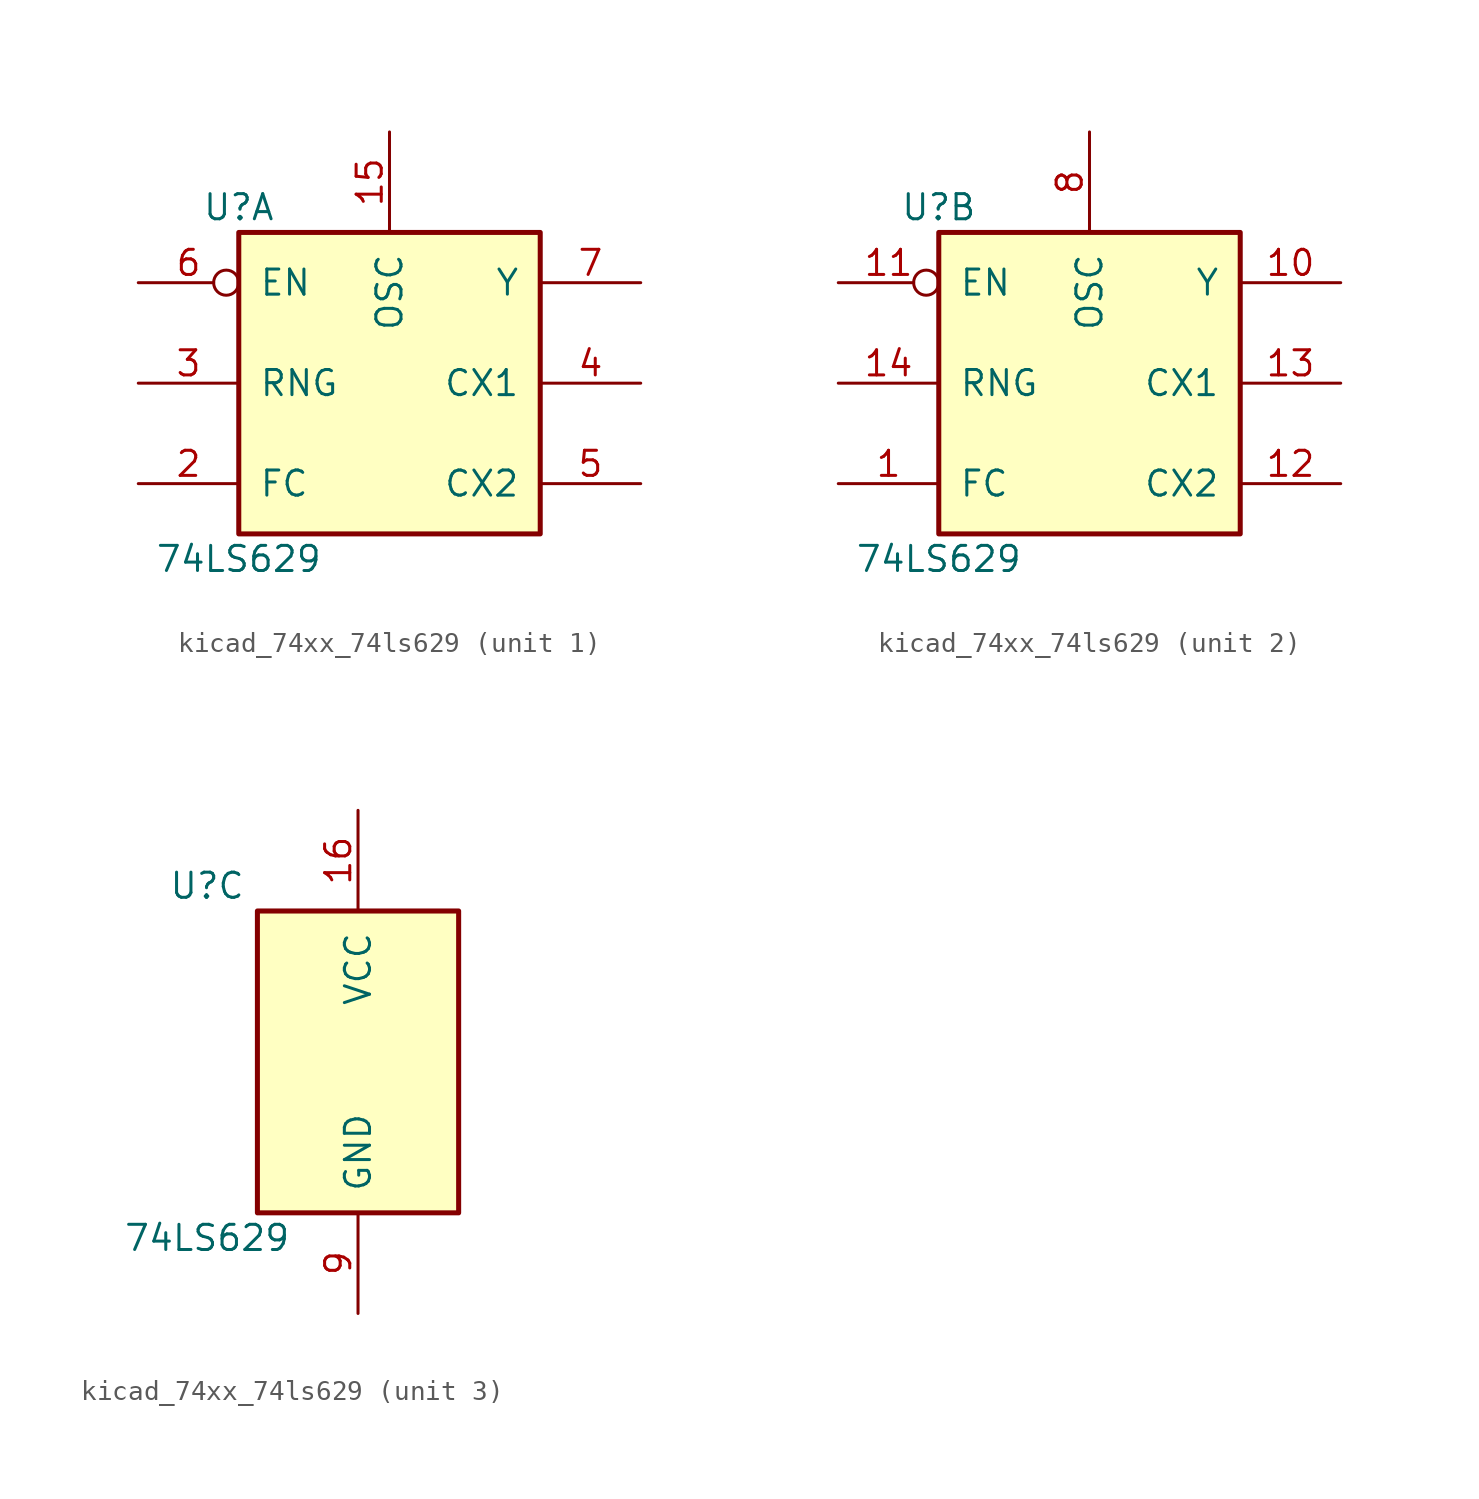
<source format=kicad_sym>
(kicad_symbol_lib
  (version 20220914)
  (generator kicad_symbol_editor)
  (symbol "kicad_74xx_74ls629"
    (pin_names
      (offset 1.016))
    (property "Reference" "U"
      (at -7.62 8.89 0)
      (effects (font (size 1.27 1.27))))
    (property "Value" "74LS629"
      (at -7.62 -8.89 0)
      (effects (font (size 1.27 1.27))))
    (property "ki_locked" ""
      (at 0 0 0)
      (effects (font (size 1.27 1.27))))
    (symbol "kicad_74xx_74ls629_1_0"
      (pin passive line (at 0 12.7 270) (length 5.08) (name "OSC" (effects (font (size 1.27 1.27)))) (number "15" (effects (font (size 1.27 1.27)))))
      (pin input line (at -12.7 -5.08 0) (length 5.08) (name "FC" (effects (font (size 1.27 1.27)))) (number "2" (effects (font (size 1.27 1.27)))))
      (pin input line (at -12.7 0 0) (length 5.08) (name "RNG" (effects (font (size 1.27 1.27)))) (number "3" (effects (font (size 1.27 1.27)))))
      (pin passive line (at 12.7 0 180) (length 5.08) (name "CX1" (effects (font (size 1.27 1.27)))) (number "4" (effects (font (size 1.27 1.27)))))
      (pin passive line (at 12.7 -5.08 180) (length 5.08) (name "CX2" (effects (font (size 1.27 1.27)))) (number "5" (effects (font (size 1.27 1.27)))))
      (pin input inverted (at -12.7 5.08 0) (length 5.08) (name "EN" (effects (font (size 1.27 1.27)))) (number "6" (effects (font (size 1.27 1.27)))))
      (pin output line (at 12.7 5.08 180) (length 5.08) (name "Y" (effects (font (size 1.27 1.27)))) (number "7" (effects (font (size 1.27 1.27))))))
    (symbol "kicad_74xx_74ls629_1_1"
      (rectangle (start -7.62 7.62) (end 7.62 -7.62) (stroke (width 0.254) (type default)) (fill (type background))))
    (symbol "kicad_74xx_74ls629_2_0"
      (pin input line (at -12.7 -5.08 0) (length 5.08) (name "FC" (effects (font (size 1.27 1.27)))) (number "1" (effects (font (size 1.27 1.27)))))
      (pin output line (at 12.7 5.08 180) (length 5.08) (name "Y" (effects (font (size 1.27 1.27)))) (number "10" (effects (font (size 1.27 1.27)))))
      (pin input inverted (at -12.7 5.08 0) (length 5.08) (name "EN" (effects (font (size 1.27 1.27)))) (number "11" (effects (font (size 1.27 1.27)))))
      (pin passive line (at 12.7 -5.08 180) (length 5.08) (name "CX2" (effects (font (size 1.27 1.27)))) (number "12" (effects (font (size 1.27 1.27)))))
      (pin passive line (at 12.7 0 180) (length 5.08) (name "CX1" (effects (font (size 1.27 1.27)))) (number "13" (effects (font (size 1.27 1.27)))))
      (pin input line (at -12.7 0 0) (length 5.08) (name "RNG" (effects (font (size 1.27 1.27)))) (number "14" (effects (font (size 1.27 1.27)))))
      (pin passive line (at 0 12.7 270) (length 5.08) (name "OSC" (effects (font (size 1.27 1.27)))) (number "8" (effects (font (size 1.27 1.27))))))
    (symbol "kicad_74xx_74ls629_2_1"
      (rectangle (start -7.62 7.62) (end 7.62 -7.62) (stroke (width 0.254) (type default)) (fill (type background))))
    (symbol "kicad_74xx_74ls629_3_0"
      (pin power_in line (at 0 12.7 270) (length 5.08) (name "VCC" (effects (font (size 1.27 1.27)))) (number "16" (effects (font (size 1.27 1.27)))))
      (pin power_in line (at 0 -12.7 90) (length 5.08) (name "GND" (effects (font (size 1.27 1.27)))) (number "9" (effects (font (size 1.27 1.27))))))
    (symbol "kicad_74xx_74ls629_3_1"
      (rectangle (start -5.08 7.62) (end 5.08 -7.62) (stroke (width 0.254) (type default)) (fill (type background))))))
</source>
